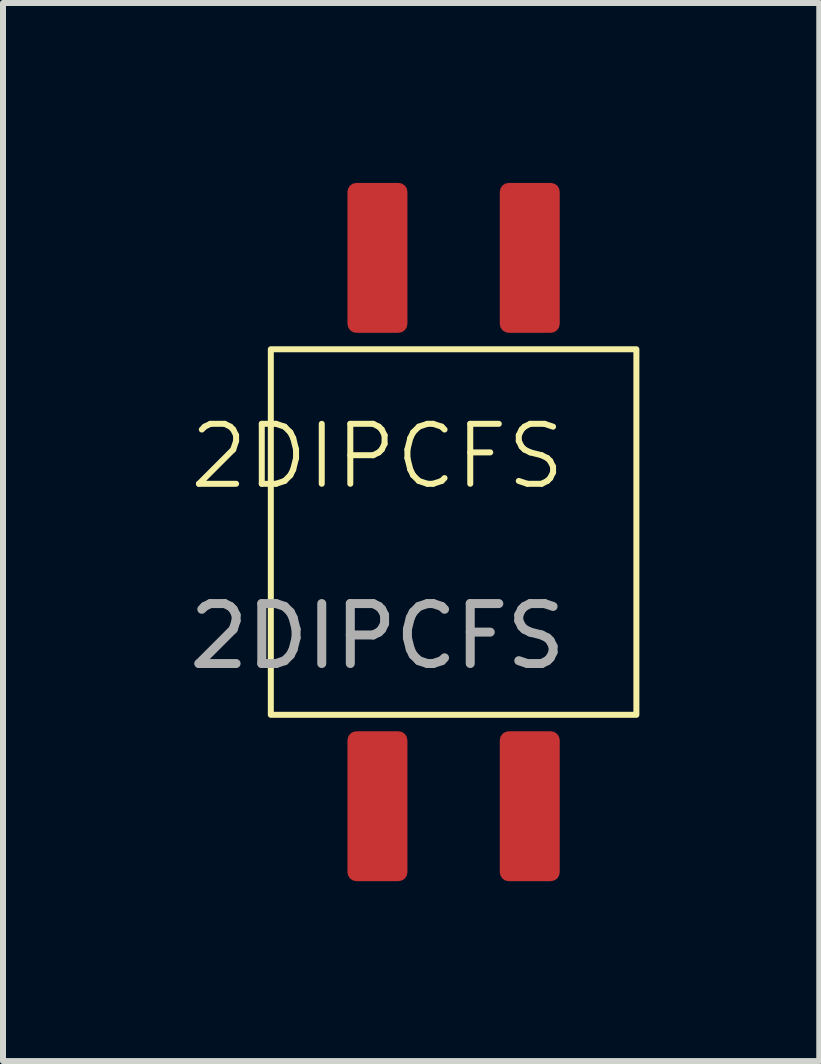
<source format=kicad_pcb>
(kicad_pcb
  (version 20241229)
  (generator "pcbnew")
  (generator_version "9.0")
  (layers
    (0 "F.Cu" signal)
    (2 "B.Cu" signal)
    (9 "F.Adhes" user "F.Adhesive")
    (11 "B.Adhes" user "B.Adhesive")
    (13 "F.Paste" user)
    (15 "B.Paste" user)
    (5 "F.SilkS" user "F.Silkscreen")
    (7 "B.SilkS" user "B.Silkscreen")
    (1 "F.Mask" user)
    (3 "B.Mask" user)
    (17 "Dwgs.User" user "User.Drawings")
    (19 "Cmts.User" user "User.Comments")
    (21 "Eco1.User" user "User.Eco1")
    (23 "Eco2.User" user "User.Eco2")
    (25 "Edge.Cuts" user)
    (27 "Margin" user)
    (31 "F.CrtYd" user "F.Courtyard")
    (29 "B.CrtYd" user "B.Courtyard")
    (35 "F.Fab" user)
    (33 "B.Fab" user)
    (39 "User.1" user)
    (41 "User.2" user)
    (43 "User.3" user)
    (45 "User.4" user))
  (footprint "2DIPCFS"
    (layer "F.Cu")
    (at 3.244 5.06)
    (property "Reference" "2DIPCFS" (at 0 -0.5 0) (unlocked yes) (layer "F.SilkS") (effects (font (size 1 1) (thickness 0.1))))
    (attr smd)
    (fp_rect (start -1.778 -2.286) (end 4.318 3.81) (stroke (width 0.1) (type default)) (fill no) (layer "F.SilkS"))
    (fp_text user "${REFERENCE}" (at 0 2.5 0) (unlocked yes) (layer "F.Fab") (effects (font (size 1 1) (thickness 0.15))))
    (pad "1" smd roundrect (at 0 -3.81) (size 1 2.5) (layers "F.Cu" "F.Mask" "F.Paste") (roundrect_rratio 0.15))
    (pad "2" smd roundrect (at 2.54 -3.81 90) (size 2.5 1) (layers "F.Cu" "F.Mask" "F.Paste") (roundrect_rratio 0.15))
    (pad "3" smd roundrect (at 2.54 5.334 90) (size 2.5 1) (layers "F.Cu" "F.Mask" "F.Paste") (roundrect_rratio 0.15))
    (pad "4" smd roundrect (at 0 5.334 90) (size 2.5 1) (layers "F.Cu" "F.Mask" "F.Paste") (roundrect_rratio 0.15)))
  (gr_rect
    (start -3 -3)
    (end 10.612 14.644)
    (stroke (width 0.1) (type default))
    (fill no)
    (layer "Edge.Cuts")))
</source>
